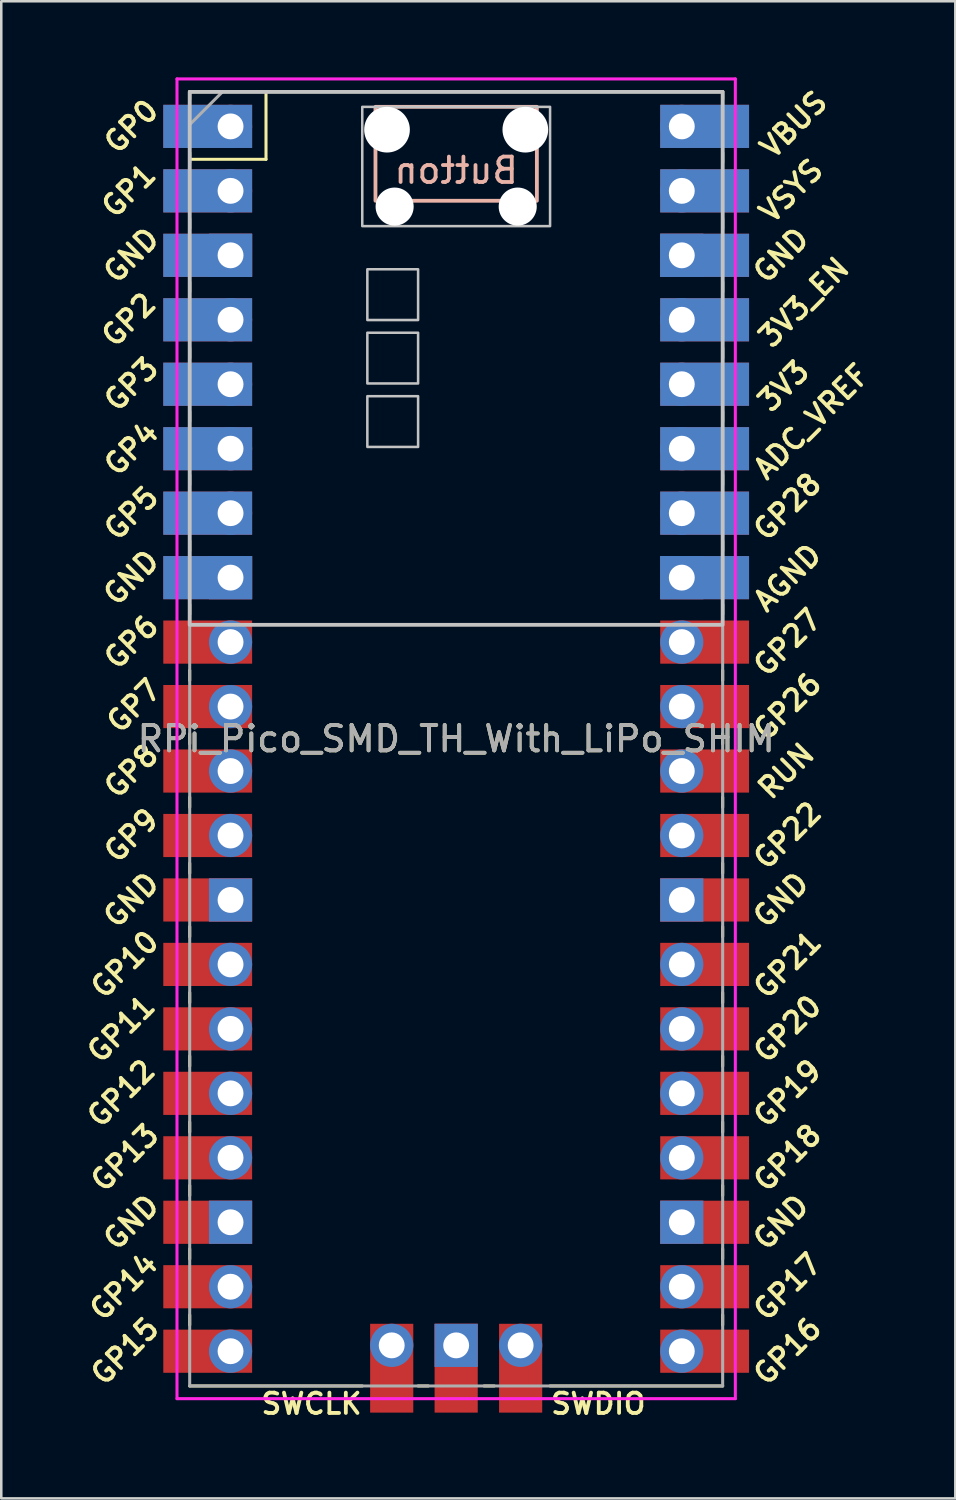
<source format=kicad_pcb>
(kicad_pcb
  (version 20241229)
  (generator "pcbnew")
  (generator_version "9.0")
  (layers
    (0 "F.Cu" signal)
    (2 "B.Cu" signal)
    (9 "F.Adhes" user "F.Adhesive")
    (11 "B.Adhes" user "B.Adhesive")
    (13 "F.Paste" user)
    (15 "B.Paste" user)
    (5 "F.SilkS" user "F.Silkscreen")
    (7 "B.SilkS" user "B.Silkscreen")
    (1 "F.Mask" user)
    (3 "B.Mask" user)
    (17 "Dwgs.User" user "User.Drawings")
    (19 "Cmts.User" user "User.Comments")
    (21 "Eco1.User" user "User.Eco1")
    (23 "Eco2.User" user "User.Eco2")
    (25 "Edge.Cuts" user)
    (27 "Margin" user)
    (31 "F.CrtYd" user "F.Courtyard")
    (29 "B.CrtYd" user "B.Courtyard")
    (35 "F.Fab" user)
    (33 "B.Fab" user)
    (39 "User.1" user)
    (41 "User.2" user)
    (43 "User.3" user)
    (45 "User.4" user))
  (footprint "RPi_Pico_SMD_TH_With_LiPo_SHIM"
    (layer "F.Cu")
    (at 14.924 26.06)
    (property "Reference" "RPi_Pico_SMD_TH_With_LiPo_SHIM" (at 0 0 0) (layer "F.SilkS") (effects (font (size 1 1) (thickness 0.15))))
    (attr through_hole)
    (fp_line (start -10.5 -25.5) (end -10.5 -25.2) (stroke (width 0.12) (type solid)) (layer "F.SilkS"))
    (fp_line (start -10.5 -25.5) (end 10.5 -25.5) (stroke (width 0.12) (type solid)) (layer "F.SilkS"))
    (fp_line (start -10.5 -23.1) (end -10.5 -22.7) (stroke (width 0.12) (type solid)) (layer "F.SilkS"))
    (fp_line (start -10.5 -22.833) (end -7.493 -22.833) (stroke (width 0.12) (type solid)) (layer "F.SilkS"))
    (fp_line (start -10.5 -20.5) (end -10.5 -20.1) (stroke (width 0.12) (type solid)) (layer "F.SilkS"))
    (fp_line (start -10.5 -18) (end -10.5 -17.6) (stroke (width 0.12) (type solid)) (layer "F.SilkS"))
    (fp_line (start -10.5 -15.4) (end -10.5 -15) (stroke (width 0.12) (type solid)) (layer "F.SilkS"))
    (fp_line (start -10.5 -12.9) (end -10.5 -12.5) (stroke (width 0.12) (type solid)) (layer "F.SilkS"))
    (fp_line (start -10.5 -10.4) (end -10.5 -10) (stroke (width 0.12) (type solid)) (layer "F.SilkS"))
    (fp_line (start -10.5 -7.8) (end -10.5 -7.4) (stroke (width 0.12) (type solid)) (layer "F.SilkS"))
    (fp_line (start -10.5 -5.3) (end -10.5 -4.9) (stroke (width 0.12) (type solid)) (layer "F.SilkS"))
    (fp_line (start -10.5 -2.7) (end -10.5 -2.3) (stroke (width 0.12) (type solid)) (layer "F.SilkS"))
    (fp_line (start -10.5 -0.2) (end -10.5 0.2) (stroke (width 0.12) (type solid)) (layer "F.SilkS"))
    (fp_line (start -10.5 2.3) (end -10.5 2.7) (stroke (width 0.12) (type solid)) (layer "F.SilkS"))
    (fp_line (start -10.5 4.9) (end -10.5 5.3) (stroke (width 0.12) (type solid)) (layer "F.SilkS"))
    (fp_line (start -10.5 7.4) (end -10.5 7.8) (stroke (width 0.12) (type solid)) (layer "F.SilkS"))
    (fp_line (start -10.5 10) (end -10.5 10.4) (stroke (width 0.12) (type solid)) (layer "F.SilkS"))
    (fp_line (start -10.5 12.5) (end -10.5 12.9) (stroke (width 0.12) (type solid)) (layer "F.SilkS"))
    (fp_line (start -10.5 15.1) (end -10.5 15.5) (stroke (width 0.12) (type solid)) (layer "F.SilkS"))
    (fp_line (start -10.5 17.6) (end -10.5 18) (stroke (width 0.12) (type solid)) (layer "F.SilkS"))
    (fp_line (start -10.5 20.1) (end -10.5 20.5) (stroke (width 0.12) (type solid)) (layer "F.SilkS"))
    (fp_line (start -10.5 22.7) (end -10.5 23.1) (stroke (width 0.12) (type solid)) (layer "F.SilkS"))
    (fp_line (start -7.493 -22.833) (end -7.493 -25.5) (stroke (width 0.12) (type solid)) (layer "F.SilkS"))
    (fp_line (start -3.7 25.5) (end -10.5 25.5) (stroke (width 0.12) (type solid)) (layer "F.SilkS"))
    (fp_line (start -1.5 25.5) (end -1.1 25.5) (stroke (width 0.12) (type solid)) (layer "F.SilkS"))
    (fp_line (start 1.1 25.5) (end 1.5 25.5) (stroke (width 0.12) (type solid)) (layer "F.SilkS"))
    (fp_line (start 10.5 -25.5) (end 10.5 -25.2) (stroke (width 0.12) (type solid)) (layer "F.SilkS"))
    (fp_line (start 10.5 -23.1) (end 10.5 -22.7) (stroke (width 0.12) (type solid)) (layer "F.SilkS"))
    (fp_line (start 10.5 -20.5) (end 10.5 -20.1) (stroke (width 0.12) (type solid)) (layer "F.SilkS"))
    (fp_line (start 10.5 -18) (end 10.5 -17.6) (stroke (width 0.12) (type solid)) (layer "F.SilkS"))
    (fp_line (start 10.5 -15.4) (end 10.5 -15) (stroke (width 0.12) (type solid)) (layer "F.SilkS"))
    (fp_line (start 10.5 -12.9) (end 10.5 -12.5) (stroke (width 0.12) (type solid)) (layer "F.SilkS"))
    (fp_line (start 10.5 -10.4) (end 10.5 -10) (stroke (width 0.12) (type solid)) (layer "F.SilkS"))
    (fp_line (start 10.5 -7.8) (end 10.5 -7.4) (stroke (width 0.12) (type solid)) (layer "F.SilkS"))
    (fp_line (start 10.5 -5.3) (end 10.5 -4.9) (stroke (width 0.12) (type solid)) (layer "F.SilkS"))
    (fp_line (start 10.5 -2.7) (end 10.5 -2.3) (stroke (width 0.12) (type solid)) (layer "F.SilkS"))
    (fp_line (start 10.5 -0.2) (end 10.5 0.2) (stroke (width 0.12) (type solid)) (layer "F.SilkS"))
    (fp_line (start 10.5 2.3) (end 10.5 2.7) (stroke (width 0.12) (type solid)) (layer "F.SilkS"))
    (fp_line (start 10.5 4.9) (end 10.5 5.3) (stroke (width 0.12) (type solid)) (layer "F.SilkS"))
    (fp_line (start 10.5 7.4) (end 10.5 7.8) (stroke (width 0.12) (type solid)) (layer "F.SilkS"))
    (fp_line (start 10.5 10) (end 10.5 10.4) (stroke (width 0.12) (type solid)) (layer "F.SilkS"))
    (fp_line (start 10.5 12.5) (end 10.5 12.9) (stroke (width 0.12) (type solid)) (layer "F.SilkS"))
    (fp_line (start 10.5 15.1) (end 10.5 15.5) (stroke (width 0.12) (type solid)) (layer "F.SilkS"))
    (fp_line (start 10.5 17.6) (end 10.5 18) (stroke (width 0.12) (type solid)) (layer "F.SilkS"))
    (fp_line (start 10.5 20.1) (end 10.5 20.5) (stroke (width 0.12) (type solid)) (layer "F.SilkS"))
    (fp_line (start 10.5 22.7) (end 10.5 23.1) (stroke (width 0.12) (type solid)) (layer "F.SilkS"))
    (fp_line (start 10.5 25.5) (end 3.7 25.5) (stroke (width 0.12) (type solid)) (layer "F.SilkS"))
    (fp_rect (start -3.18 -24.9) (end 3.18 -21.2) (stroke (width 0.15) (type default)) (fill no) (layer "B.SilkS"))
    (fp_rect (start -10.5 -25.49) (end 10.5 -4.49) (stroke (width 0.15) (type default)) (fill no) (layer "Dwgs.User"))
    (fp_poly (pts (xy -1.5 -16.5) (xy -3.5 -16.5) (xy -3.5 -18.5) (xy -1.5 -18.5)) (stroke (width 0.1) (type solid)) (fill no) (layer "Dwgs.User"))
    (fp_poly (pts (xy -1.5 -14) (xy -3.5 -14) (xy -3.5 -16) (xy -1.5 -16)) (stroke (width 0.1) (type solid)) (fill no) (layer "Dwgs.User"))
    (fp_poly (pts (xy -1.5 -11.5) (xy -3.5 -11.5) (xy -3.5 -13.5) (xy -1.5 -13.5)) (stroke (width 0.1) (type solid)) (fill no) (layer "Dwgs.User"))
    (fp_poly (pts (xy 3.7 -20.2) (xy -3.7 -20.2) (xy -3.7 -24.9) (xy 3.7 -24.9)) (stroke (width 0.1) (type solid)) (fill no) (layer "Dwgs.User"))
    (fp_line (start -11 -26) (end 11 -26) (stroke (width 0.12) (type solid)) (layer "F.CrtYd"))
    (fp_line (start -11 26) (end -11 -26) (stroke (width 0.12) (type solid)) (layer "F.CrtYd"))
    (fp_line (start 11 -26) (end 11 26) (stroke (width 0.12) (type solid)) (layer "F.CrtYd"))
    (fp_line (start 11 26) (end -11 26) (stroke (width 0.12) (type solid)) (layer "F.CrtYd"))
    (fp_line (start -10.5 -25.5) (end 10.5 -25.5) (stroke (width 0.12) (type solid)) (layer "F.Fab"))
    (fp_line (start -10.5 -24.2) (end -9.2 -25.5) (stroke (width 0.12) (type solid)) (layer "F.Fab"))
    (fp_line (start -10.5 25.5) (end -10.5 -25.5) (stroke (width 0.12) (type solid)) (layer "F.Fab"))
    (fp_line (start 10.5 -25.5) (end 10.5 25.5) (stroke (width 0.12) (type solid)) (layer "F.Fab"))
    (fp_line (start 10.5 25.5) (end -10.5 25.5) (stroke (width 0.12) (type solid)) (layer "F.Fab"))
    (fp_text user "SWCLK" (at -5.7 26.2 0) (layer "F.SilkS") (effects (font (size 0.8 0.8) (thickness 0.15))))
    (fp_text user "ADC_VREF" (at 14 -12.5 45) (layer "F.SilkS") (effects (font (size 0.8 0.8) (thickness 0.15))))
    (fp_text user "GND" (at -12.8 19.05 45) (layer "F.SilkS") (effects (font (size 0.8 0.8) (thickness 0.15))))
    (fp_text user "GP16" (at 13.054 24.13 45) (layer "F.SilkS") (effects (font (size 0.8 0.8) (thickness 0.15))))
    (fp_text user "GP11" (at -13.2 11.43 45) (layer "F.SilkS") (effects (font (size 0.8 0.8) (thickness 0.15))))
    (fp_text user "GP12" (at -13.2 13.97 45) (layer "F.SilkS") (effects (font (size 0.8 0.8) (thickness 0.15))))
    (fp_text user "GP9" (at -12.8 3.81 45) (layer "F.SilkS") (effects (font (size 0.8 0.8) (thickness 0.15))))
    (fp_text user "GP26" (at 13.054 -1.27 45) (layer "F.SilkS") (effects (font (size 0.8 0.8) (thickness 0.15))))
    (fp_text user "GP20" (at 13.054 11.43 45) (layer "F.SilkS") (effects (font (size 0.8 0.8) (thickness 0.15))))
    (fp_text user "GND" (at 12.8 6.35 45) (layer "F.SilkS") (effects (font (size 0.8 0.8) (thickness 0.15))))
    (fp_text user "GP17" (at 13.054 21.59 45) (layer "F.SilkS") (effects (font (size 0.8 0.8) (thickness 0.15))))
    (fp_text user "GND" (at 12.8 19.05 45) (layer "F.SilkS") (effects (font (size 0.8 0.8) (thickness 0.15))))
    (fp_text user "VSYS" (at 13.2 -21.59 45) (layer "F.SilkS") (effects (font (size 0.8 0.8) (thickness 0.15))))
    (fp_text user "3V3" (at 12.9 -13.9 45) (layer "F.SilkS") (effects (font (size 0.8 0.8) (thickness 0.15))))
    (fp_text user "GP5" (at -12.8 -8.89 45) (layer "F.SilkS") (effects (font (size 0.8 0.8) (thickness 0.15))))
    (fp_text user "GP8" (at -12.8 1.27 45) (layer "F.SilkS") (effects (font (size 0.8 0.8) (thickness 0.15))))
    (fp_text user "GND" (at -12.8 6.35 45) (layer "F.SilkS") (effects (font (size 0.8 0.8) (thickness 0.15))))
    (fp_text user "GP1" (at -12.9 -21.6 45) (layer "F.SilkS") (effects (font (size 0.8 0.8) (thickness 0.15))))
    (fp_text user "VBUS" (at 13.3 -24.2 45) (layer "F.SilkS") (effects (font (size 0.8 0.8) (thickness 0.15))))
    (fp_text user "GND" (at -12.8 -19.05 45) (layer "F.SilkS") (effects (font (size 0.8 0.8) (thickness 0.15))))
    (fp_text user "GP13" (at -13.054 16.51 45) (layer "F.SilkS") (effects (font (size 0.8 0.8) (thickness 0.15))))
    (fp_text user "AGND" (at 13.054 -6.35 45) (layer "F.SilkS") (effects (font (size 0.8 0.8) (thickness 0.15))))
    (fp_text user "GP10" (at -13.054 8.89 45) (layer "F.SilkS") (effects (font (size 0.8 0.8) (thickness 0.15))))
    (fp_text user "GP22" (at 13.054 3.81 45) (layer "F.SilkS") (effects (font (size 0.8 0.8) (thickness 0.15))))
    (fp_text user "GP19" (at 13.054 13.97 45) (layer "F.SilkS") (effects (font (size 0.8 0.8) (thickness 0.15))))
    (fp_text user "GP3" (at -12.8 -13.97 45) (layer "F.SilkS") (effects (font (size 0.8 0.8) (thickness 0.15))))
    (fp_text user "3V3_EN" (at 13.7 -17.2 45) (layer "F.SilkS") (effects (font (size 0.8 0.8) (thickness 0.15))))
    (fp_text user "GP14" (at -13.1 21.59 45) (layer "F.SilkS") (effects (font (size 0.8 0.8) (thickness 0.15))))
    (fp_text user "GND" (at -12.8 -6.35 45) (layer "F.SilkS") (effects (font (size 0.8 0.8) (thickness 0.15))))
    (fp_text user "GND" (at 12.8 -19.05 45) (layer "F.SilkS") (effects (font (size 0.8 0.8) (thickness 0.15))))
    (fp_text user "GP4" (at -12.8 -11.43 45) (layer "F.SilkS") (effects (font (size 0.8 0.8) (thickness 0.15))))
    (fp_text user "RUN" (at 13 1.27 45) (layer "F.SilkS") (effects (font (size 0.8 0.8) (thickness 0.15))))
    (fp_text user "GP7" (at -12.7 -1.3 45) (layer "F.SilkS") (effects (font (size 0.8 0.8) (thickness 0.15))))
    (fp_text user "GP21" (at 13.054 8.9 45) (layer "F.SilkS") (effects (font (size 0.8 0.8) (thickness 0.15))))
    (fp_text user "GP15" (at -13.054 24.13 45) (layer "F.SilkS") (effects (font (size 0.8 0.8) (thickness 0.15))))
    (fp_text user "GP6" (at -12.8 -3.81 45) (layer "F.SilkS") (effects (font (size 0.8 0.8) (thickness 0.15))))
    (fp_text user "SWDIO" (at 5.6 26.2 0) (layer "F.SilkS") (effects (font (size 0.8 0.8) (thickness 0.15))))
    (fp_text user "GP18" (at 13.054 16.51 45) (layer "F.SilkS") (effects (font (size 0.8 0.8) (thickness 0.15))))
    (fp_text user "GP0" (at -12.8 -24.13 45) (layer "F.SilkS") (effects (font (size 0.8 0.8) (thickness 0.15))))
    (fp_text user "GP2" (at -12.9 -16.51 45) (layer "F.SilkS") (effects (font (size 0.8 0.8) (thickness 0.15))))
    (fp_text user "GP27" (at 13.054 -3.8 45) (layer "F.SilkS") (effects (font (size 0.8 0.8) (thickness 0.15))))
    (fp_text user "GP28" (at 13.054 -9.144 45) (layer "F.SilkS") (effects (font (size 0.8 0.8) (thickness 0.15))))
    (fp_text user "Button" (at 0 -21.81 0) (unlocked yes) (layer "B.SilkS") (effects (font (size 1 1) (thickness 0.15)) (justify bottom mirror)))
    (fp_text user "${REFERENCE}" (at 0 0 180) (layer "F.Fab") (effects (font (size 1 1) (thickness 0.15))))
    (pad "" np_thru_hole oval (at -2.725 -24) (size 1.8 1.8) (drill 1.8) (layers "*.Cu" "*.Mask"))
    (pad "" np_thru_hole oval (at -2.425 -20.97) (size 1.5 1.5) (drill 1.5) (layers "*.Cu" "*.Mask"))
    (pad "" np_thru_hole oval (at 2.425 -20.97) (size 1.5 1.5) (drill 1.5) (layers "*.Cu" "*.Mask"))
    (pad "" np_thru_hole oval (at 2.725 -24) (size 1.8 1.8) (drill 1.8) (layers "*.Cu" "*.Mask"))
    (pad "1" thru_hole oval (at -8.89 -24.13) (size 1.7 1.7) (drill 1.02) (layers "*.Cu" "*.Mask"))
    (pad "1" smd rect (at -8.89 -24.13) (size 3.5 1.7) (drill (offset -0.9 0)) (layers "F.Cu" "F.Mask"))
    (pad "1" smd rect (at -8.89 -24.13) (size 3.5 1.7) (drill (offset -0.9 0)) (layers "B.Cu" "B.Mask"))
    (pad "2" thru_hole oval (at -8.89 -21.59) (size 1.7 1.7) (drill 1.02) (layers "*.Cu" "*.Mask"))
    (pad "2" smd rect (at -8.89 -21.59) (size 3.5 1.7) (drill (offset -0.9 0)) (layers "F.Cu" "F.Mask"))
    (pad "2" smd rect (at -8.89 -21.59) (size 3.5 1.7) (drill (offset -0.9 0)) (layers "B.Cu" "B.Mask"))
    (pad "3" thru_hole rect (at -8.89 -19.05) (size 1.7 1.7) (drill 1.02) (layers "*.Cu" "*.Mask"))
    (pad "3" smd rect (at -8.89 -19.05) (size 3.5 1.7) (drill (offset -0.9 0)) (layers "F.Cu" "F.Mask"))
    (pad "3" smd rect (at -8.89 -19.05) (size 3.5 1.7) (drill (offset -0.9 0)) (layers "B.Cu" "B.Mask"))
    (pad "4" thru_hole oval (at -8.89 -16.51) (size 1.7 1.7) (drill 1.02) (layers "*.Cu" "*.Mask"))
    (pad "4" smd rect (at -8.89 -16.51) (size 3.5 1.7) (drill (offset -0.9 0)) (layers "F.Cu" "F.Mask"))
    (pad "4" smd rect (at -8.89 -16.51) (size 3.5 1.7) (drill (offset -0.9 0)) (layers "B.Cu" "B.Mask"))
    (pad "5" thru_hole oval (at -8.89 -13.97) (size 1.7 1.7) (drill 1.02) (layers "*.Cu" "*.Mask"))
    (pad "5" smd rect (at -8.89 -13.97) (size 3.5 1.7) (drill (offset -0.9 0)) (layers "F.Cu" "F.Mask"))
    (pad "5" smd rect (at -8.89 -13.97) (size 3.5 1.7) (drill (offset -0.9 0)) (layers "B.Cu" "B.Mask"))
    (pad "6" thru_hole oval (at -8.89 -11.43) (size 1.7 1.7) (drill 1.02) (layers "*.Cu" "*.Mask"))
    (pad "6" smd rect (at -8.89 -11.43) (size 3.5 1.7) (drill (offset -0.9 0)) (layers "F.Cu" "F.Mask"))
    (pad "6" smd rect (at -8.89 -11.43) (size 3.5 1.7) (drill (offset -0.9 0)) (layers "B.Cu" "B.Mask"))
    (pad "7" thru_hole oval (at -8.89 -8.89) (size 1.7 1.7) (drill 1.02) (layers "*.Cu" "*.Mask"))
    (pad "7" smd rect (at -8.89 -8.89) (size 3.5 1.7) (drill (offset -0.9 0)) (layers "F.Cu" "F.Mask"))
    (pad "7" smd rect (at -8.89 -8.89) (size 3.5 1.7) (drill (offset -0.9 0)) (layers "B.Cu" "B.Mask"))
    (pad "8" thru_hole rect (at -8.89 -6.35) (size 1.7 1.7) (drill 1.02) (layers "*.Cu" "*.Mask"))
    (pad "8" smd rect (at -8.89 -6.35) (size 3.5 1.7) (drill (offset -0.9 0)) (layers "F.Cu" "F.Mask"))
    (pad "8" smd rect (at -8.89 -6.35) (size 3.5 1.7) (drill (offset -0.9 0)) (layers "B.Cu" "B.Mask"))
    (pad "9" thru_hole oval (at -8.89 -3.81) (size 1.7 1.7) (drill 1.02) (layers "*.Cu" "*.Mask"))
    (pad "9" smd rect (at -8.89 -3.81) (size 3.5 1.7) (drill (offset -0.9 0)) (layers "F.Cu" "F.Mask"))
    (pad "10" thru_hole oval (at -8.89 -1.27) (size 1.7 1.7) (drill 1.02) (layers "*.Cu" "*.Mask"))
    (pad "10" smd rect (at -8.89 -1.27) (size 3.5 1.7) (drill (offset -0.9 0)) (layers "F.Cu" "F.Mask"))
    (pad "11" thru_hole oval (at -8.89 1.27) (size 1.7 1.7) (drill 1.02) (layers "*.Cu" "*.Mask"))
    (pad "11" smd rect (at -8.89 1.27) (size 3.5 1.7) (drill (offset -0.9 0)) (layers "F.Cu" "F.Mask"))
    (pad "12" thru_hole oval (at -8.89 3.81) (size 1.7 1.7) (drill 1.02) (layers "*.Cu" "*.Mask"))
    (pad "12" smd rect (at -8.89 3.81) (size 3.5 1.7) (drill (offset -0.9 0)) (layers "F.Cu" "F.Mask"))
    (pad "13" thru_hole rect (at -8.89 6.35) (size 1.7 1.7) (drill 1.02) (layers "*.Cu" "*.Mask"))
    (pad "13" smd rect (at -8.89 6.35) (size 3.5 1.7) (drill (offset -0.9 0)) (layers "F.Cu" "F.Mask"))
    (pad "14" thru_hole oval (at -8.89 8.89) (size 1.7 1.7) (drill 1.02) (layers "*.Cu" "*.Mask"))
    (pad "14" smd rect (at -8.89 8.89) (size 3.5 1.7) (drill (offset -0.9 0)) (layers "F.Cu" "F.Mask"))
    (pad "15" thru_hole oval (at -8.89 11.43) (size 1.7 1.7) (drill 1.02) (layers "*.Cu" "*.Mask"))
    (pad "15" smd rect (at -8.89 11.43) (size 3.5 1.7) (drill (offset -0.9 0)) (layers "F.Cu" "F.Mask"))
    (pad "16" thru_hole oval (at -8.89 13.97) (size 1.7 1.7) (drill 1.02) (layers "*.Cu" "*.Mask"))
    (pad "16" smd rect (at -8.89 13.97) (size 3.5 1.7) (drill (offset -0.9 0)) (layers "F.Cu" "F.Mask"))
    (pad "17" thru_hole oval (at -8.89 16.51) (size 1.7 1.7) (drill 1.02) (layers "*.Cu" "*.Mask"))
    (pad "17" smd rect (at -8.89 16.51) (size 3.5 1.7) (drill (offset -0.9 0)) (layers "F.Cu" "F.Mask"))
    (pad "18" thru_hole rect (at -8.89 19.05) (size 1.7 1.7) (drill 1.02) (layers "*.Cu" "*.Mask"))
    (pad "18" smd rect (at -8.89 19.05) (size 3.5 1.7) (drill (offset -0.9 0)) (layers "F.Cu" "F.Mask"))
    (pad "19" thru_hole oval (at -8.89 21.59) (size 1.7 1.7) (drill 1.02) (layers "*.Cu" "*.Mask"))
    (pad "19" smd rect (at -8.89 21.59) (size 3.5 1.7) (drill (offset -0.9 0)) (layers "F.Cu" "F.Mask"))
    (pad "20" thru_hole oval (at -8.89 24.13) (size 1.7 1.7) (drill 1.02) (layers "*.Cu" "*.Mask"))
    (pad "20" smd rect (at -8.89 24.13) (size 3.5 1.7) (drill (offset -0.9 0)) (layers "F.Cu" "F.Mask"))
    (pad "21" thru_hole oval (at 8.89 24.13) (size 1.7 1.7) (drill 1.02) (layers "*.Cu" "*.Mask"))
    (pad "21" smd rect (at 8.89 24.13) (size 3.5 1.7) (drill (offset 0.9 0)) (layers "F.Cu" "F.Mask"))
    (pad "22" thru_hole oval (at 8.89 21.59) (size 1.7 1.7) (drill 1.02) (layers "*.Cu" "*.Mask"))
    (pad "22" smd rect (at 8.89 21.59) (size 3.5 1.7) (drill (offset 0.9 0)) (layers "F.Cu" "F.Mask"))
    (pad "23" thru_hole rect (at 8.89 19.05) (size 1.7 1.7) (drill 1.02) (layers "*.Cu" "*.Mask"))
    (pad "23" smd rect (at 8.89 19.05) (size 3.5 1.7) (drill (offset 0.9 0)) (layers "F.Cu" "F.Mask"))
    (pad "24" thru_hole oval (at 8.89 16.51) (size 1.7 1.7) (drill 1.02) (layers "*.Cu" "*.Mask"))
    (pad "24" smd rect (at 8.89 16.51) (size 3.5 1.7) (drill (offset 0.9 0)) (layers "F.Cu" "F.Mask"))
    (pad "25" thru_hole oval (at 8.89 13.97) (size 1.7 1.7) (drill 1.02) (layers "*.Cu" "*.Mask"))
    (pad "25" smd rect (at 8.89 13.97) (size 3.5 1.7) (drill (offset 0.9 0)) (layers "F.Cu" "F.Mask"))
    (pad "26" thru_hole oval (at 8.89 11.43) (size 1.7 1.7) (drill 1.02) (layers "*.Cu" "*.Mask"))
    (pad "26" smd rect (at 8.89 11.43) (size 3.5 1.7) (drill (offset 0.9 0)) (layers "F.Cu" "F.Mask"))
    (pad "27" thru_hole oval (at 8.89 8.89) (size 1.7 1.7) (drill 1.02) (layers "*.Cu" "*.Mask"))
    (pad "27" smd rect (at 8.89 8.89) (size 3.5 1.7) (drill (offset 0.9 0)) (layers "F.Cu" "F.Mask"))
    (pad "28" thru_hole rect (at 8.89 6.35) (size 1.7 1.7) (drill 1.02) (layers "*.Cu" "*.Mask"))
    (pad "28" smd rect (at 8.89 6.35) (size 3.5 1.7) (drill (offset 0.9 0)) (layers "F.Cu" "F.Mask"))
    (pad "29" thru_hole oval (at 8.89 3.81) (size 1.7 1.7) (drill 1.02) (layers "*.Cu" "*.Mask"))
    (pad "29" smd rect (at 8.89 3.81) (size 3.5 1.7) (drill (offset 0.9 0)) (layers "F.Cu" "F.Mask"))
    (pad "30" thru_hole oval (at 8.89 1.27) (size 1.7 1.7) (drill 1.02) (layers "*.Cu" "*.Mask"))
    (pad "30" smd rect (at 8.89 1.27) (size 3.5 1.7) (drill (offset 0.9 0)) (layers "F.Cu" "F.Mask"))
    (pad "31" thru_hole oval (at 8.89 -1.27) (size 1.7 1.7) (drill 1.02) (layers "*.Cu" "*.Mask"))
    (pad "31" smd rect (at 8.89 -1.27) (size 3.5 1.7) (drill (offset 0.9 0)) (layers "F.Cu" "F.Mask"))
    (pad "32" thru_hole oval (at 8.89 -3.81) (size 1.7 1.7) (drill 1.02) (layers "*.Cu" "*.Mask"))
    (pad "32" smd rect (at 8.89 -3.81) (size 3.5 1.7) (drill (offset 0.9 0)) (layers "F.Cu" "F.Mask"))
    (pad "33" thru_hole rect (at 8.89 -6.35) (size 1.7 1.7) (drill 1.02) (layers "*.Cu" "*.Mask"))
    (pad "33" smd rect (at 8.89 -6.35) (size 3.5 1.7) (drill (offset 0.9 0)) (layers "F.Cu" "F.Mask"))
    (pad "33" smd rect (at 8.89 -6.35) (size 3.5 1.7) (drill (offset 0.9 0)) (layers "B.Cu" "B.Mask"))
    (pad "34" thru_hole oval (at 8.89 -8.89) (size 1.7 1.7) (drill 1.02) (layers "*.Cu" "*.Mask"))
    (pad "34" smd rect (at 8.89 -8.89) (size 3.5 1.7) (drill (offset 0.9 0)) (layers "F.Cu" "F.Mask"))
    (pad "34" smd rect (at 8.89 -8.89) (size 3.5 1.7) (drill (offset 0.9 0)) (layers "B.Cu" "B.Mask"))
    (pad "35" thru_hole oval (at 8.89 -11.43) (size 1.7 1.7) (drill 1.02) (layers "*.Cu" "*.Mask"))
    (pad "35" smd rect (at 8.89 -11.43) (size 3.5 1.7) (drill (offset 0.9 0)) (layers "F.Cu" "F.Mask"))
    (pad "35" smd rect (at 8.89 -11.43) (size 3.5 1.7) (drill (offset 0.9 0)) (layers "B.Cu" "B.Mask"))
    (pad "36" thru_hole oval (at 8.89 -13.97) (size 1.7 1.7) (drill 1.02) (layers "*.Cu" "*.Mask"))
    (pad "36" smd rect (at 8.89 -13.97) (size 3.5 1.7) (drill (offset 0.9 0)) (layers "F.Cu" "F.Mask"))
    (pad "36" smd rect (at 8.89 -13.97) (size 3.5 1.7) (drill (offset 0.9 0)) (layers "B.Cu" "B.Mask"))
    (pad "37" thru_hole oval (at 8.89 -16.51) (size 1.7 1.7) (drill 1.02) (layers "*.Cu" "*.Mask"))
    (pad "37" smd rect (at 8.89 -16.51) (size 3.5 1.7) (drill (offset 0.9 0)) (layers "F.Cu" "F.Mask"))
    (pad "37" smd rect (at 8.89 -16.51) (size 3.5 1.7) (drill (offset 0.9 0)) (layers "B.Cu" "B.Mask"))
    (pad "38" thru_hole rect (at 8.89 -19.05) (size 1.7 1.7) (drill 1.02) (layers "*.Cu" "*.Mask"))
    (pad "38" smd rect (at 8.89 -19.05) (size 3.5 1.7) (drill (offset 0.9 0)) (layers "F.Cu" "F.Mask"))
    (pad "38" smd rect (at 8.89 -19.05) (size 3.5 1.7) (drill (offset 0.9 0)) (layers "B.Cu" "B.Mask"))
    (pad "39" thru_hole oval (at 8.89 -21.59) (size 1.7 1.7) (drill 1.02) (layers "*.Cu" "*.Mask"))
    (pad "39" smd rect (at 8.89 -21.59) (size 3.5 1.7) (drill (offset 0.9 0)) (layers "F.Cu" "F.Mask"))
    (pad "39" smd rect (at 8.89 -21.59) (size 3.5 1.7) (drill (offset 0.9 0)) (layers "B.Cu" "B.Mask"))
    (pad "40" thru_hole oval (at 8.89 -24.13) (size 1.7 1.7) (drill 1.02) (layers "*.Cu" "*.Mask"))
    (pad "40" smd rect (at 8.89 -24.13) (size 3.5 1.7) (drill (offset 0.9 0)) (layers "F.Cu" "F.Mask"))
    (pad "40" smd rect (at 8.89 -24.13) (size 3.5 1.7) (drill (offset 0.9 0)) (layers "B.Cu" "B.Mask"))
    (pad "41" thru_hole oval (at -2.54 23.9) (size 1.7 1.7) (drill 1.02) (layers "*.Cu" "*.Mask"))
    (pad "41" smd rect (at -2.54 23.9 90) (size 3.5 1.7) (drill (offset -0.9 0)) (layers "F.Cu" "F.Mask"))
    (pad "42" thru_hole rect (at 0 23.9) (size 1.7 1.7) (drill 1.02) (layers "*.Cu" "*.Mask"))
    (pad "42" smd rect (at 0 23.9 90) (size 3.5 1.7) (drill (offset -0.9 0)) (layers "F.Cu" "F.Mask"))
    (pad "43" thru_hole oval (at 2.54 23.9) (size 1.7 1.7) (drill 1.02) (layers "*.Cu" "*.Mask"))
    (pad "43" smd rect (at 2.54 23.9 90) (size 3.5 1.7) (drill (offset -0.9 0)) (layers "F.Cu" "F.Mask")))
  (gr_rect
    (start -3 -3)
    (end 34.591 55.991)
    (stroke (width 0.1) (type default))
    (fill no)
    (layer "Edge.Cuts")))
</source>
